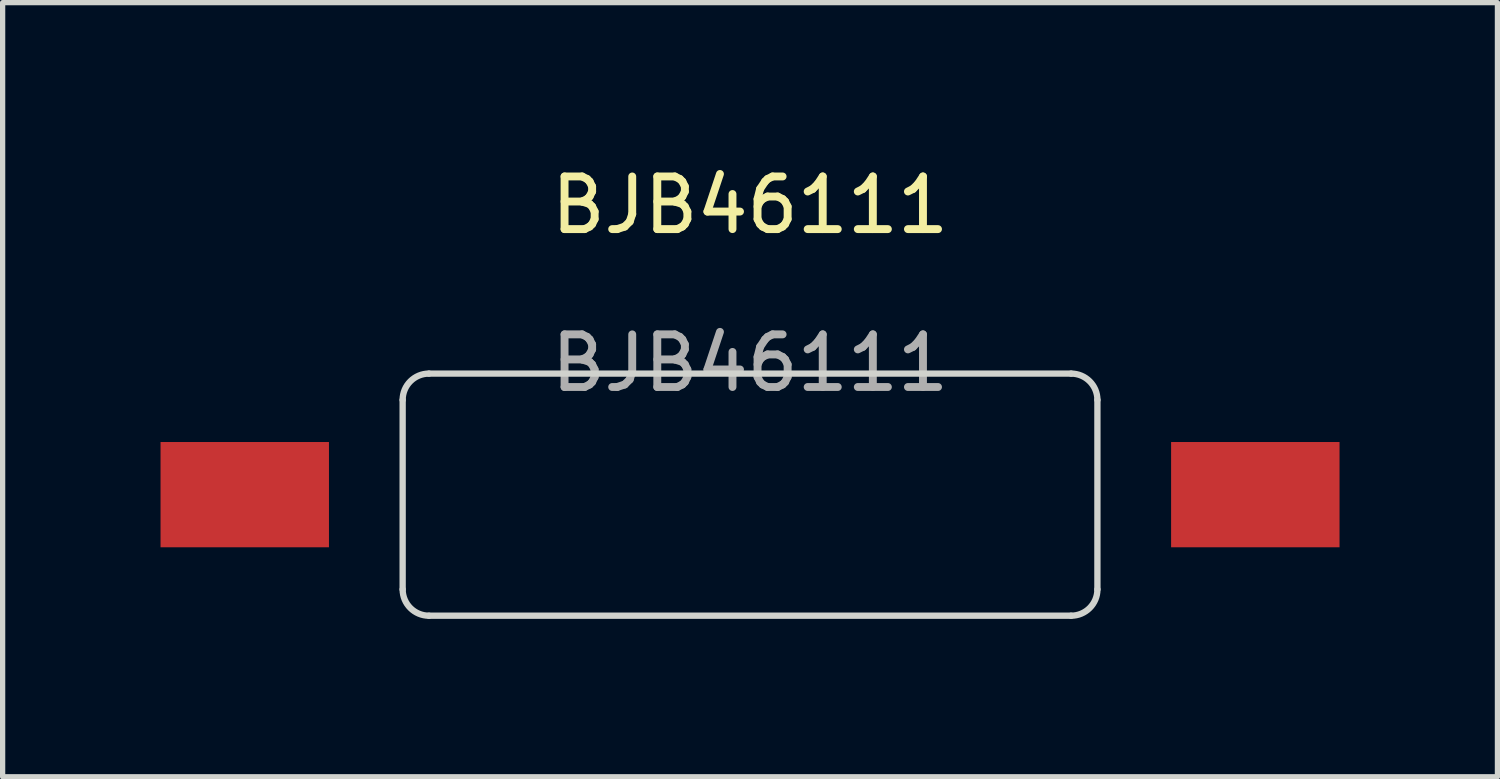
<source format=kicad_pcb>
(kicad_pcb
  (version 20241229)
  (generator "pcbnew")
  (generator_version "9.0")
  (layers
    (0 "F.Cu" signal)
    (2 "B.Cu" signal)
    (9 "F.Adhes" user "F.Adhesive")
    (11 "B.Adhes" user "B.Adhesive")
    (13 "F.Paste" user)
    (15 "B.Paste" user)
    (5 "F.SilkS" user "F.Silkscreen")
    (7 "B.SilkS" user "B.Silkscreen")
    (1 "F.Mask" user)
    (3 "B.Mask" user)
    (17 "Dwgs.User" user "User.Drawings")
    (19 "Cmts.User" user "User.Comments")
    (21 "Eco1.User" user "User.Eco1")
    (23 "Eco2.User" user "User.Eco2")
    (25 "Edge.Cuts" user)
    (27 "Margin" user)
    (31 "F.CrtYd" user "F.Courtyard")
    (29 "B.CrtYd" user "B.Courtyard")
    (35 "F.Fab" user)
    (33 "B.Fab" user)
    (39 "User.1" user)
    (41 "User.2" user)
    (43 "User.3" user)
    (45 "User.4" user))
  (footprint "BJB46111"
    (layer "F.Cu")
    (at 11.2 1.348)
    (property "Reference" "BJB46111" (at 0 -0.5 0) (unlocked yes) (layer "F.SilkS") (effects (font (size 1 1) (thickness 0.15))))
    (fp_line (start -6.6 3.2) (end -6.6 6.8) (stroke (width 0.12) (type solid)) (layer "Edge.Cuts"))
    (fp_line (start -6.1 2.7) (end 6.1 2.7) (stroke (width 0.12) (type solid)) (layer "Edge.Cuts"))
    (fp_line (start -6.1 7.3) (end 6.1 7.3) (stroke (width 0.12) (type solid)) (layer "Edge.Cuts"))
    (fp_line (start 6.6 6.8) (end 6.6 3.2) (stroke (width 0.12) (type solid)) (layer "Edge.Cuts"))
    (fp_arc (start -6.6 3.2) (mid -6.453553 2.846447) (end -6.1 2.7) (stroke (width 0.12) (type solid)) (layer "Edge.Cuts"))
    (fp_arc (start -6.1 7.3) (mid -6.453553 7.153553) (end -6.6 6.8) (stroke (width 0.12) (type solid)) (layer "Edge.Cuts"))
    (fp_arc (start 6.1 2.7) (mid 6.453553 2.846447) (end 6.6 3.2) (stroke (width 0.12) (type solid)) (layer "Edge.Cuts"))
    (fp_arc (start 6.6 6.8) (mid 6.453553 7.153553) (end 6.1 7.3) (stroke (width 0.12) (type solid)) (layer "Edge.Cuts"))
    (fp_text user "${REFERENCE}" (at 0 2.5 0) (unlocked yes) (layer "F.Fab") (effects (font (size 1 1) (thickness 0.15))))
    (pad "1" smd rect (at -9.6 5) (size 3.2 2) (layers "F.Cu" "F.Mask" "F.Paste"))
    (pad "1" smd rect (at 9.6 5) (size 3.2 2) (layers "F.Cu" "F.Mask" "F.Paste")))
  (gr_rect
    (start -3 -3)
    (end 25.4 11.708)
    (stroke (width 0.1) (type default))
    (fill no)
    (layer "Edge.Cuts")))
</source>
